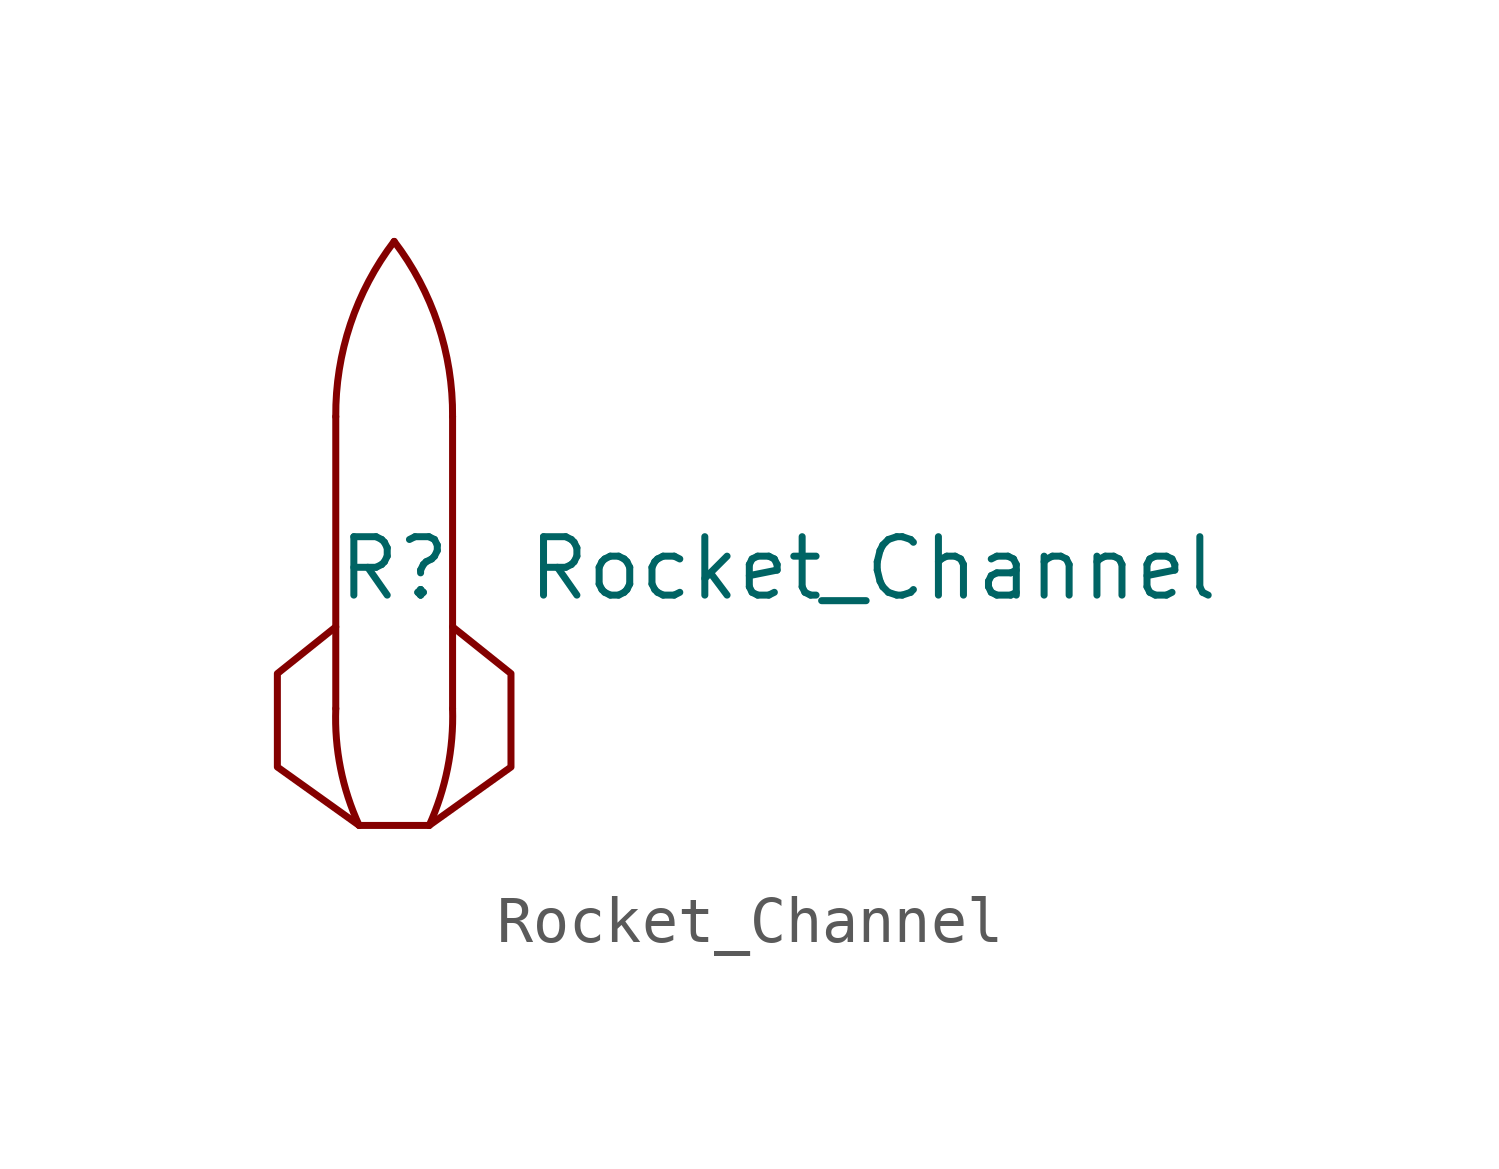
<source format=kicad_sym>
(kicad_symbol_lib
  (version 20211014)
  (generator kicad_symbol_editor)
  (symbol "Rocket_Channel"
    (pin_names
      (offset 1.016))
    (property "Reference" "R"
      (at 0 1.27 0)
      (effects (font (size 1.27 1.27))))
    (property "Value" "Rocket_Channel"
      (at 10.414 1.27 0)
      (effects (font (size 1.27 1.27))))
    (property "Unit" " "
      (at 0 0 0)
      (effects (font (size 1.27 1.27))))
    (property "Action_Reference" " "
      (at 0 0 0)
      (effects (font (size 1.27 1.27))))
    (property "Data_Content" " "
      (at 0 0 0)
      (effects (font (size 1.27 1.27))))
    (symbol "Rocket_Channel_0_1"
      (arc (start -1.27 -1.778) (mid -1.166 -3.0783) (end -0.762 -4.318) (stroke (width 0) (type default) (color 0 0 0 0)) (fill (type none)))
      (polyline (pts (xy -1.27 4.572) (xy -1.27 -1.778)) (stroke (width 0) (type default) (color 0 0 0 0)) (fill (type none)))
      (polyline (pts (xy 0.762 -4.318) (xy -0.762 -4.318)) (stroke (width 0) (type default) (color 0 0 0 0)) (fill (type none)))
      (polyline (pts (xy 1.27 4.572) (xy 1.27 -1.778)) (stroke (width 0) (type default) (color 0 0 0 0)) (fill (type none)))
      (polyline (pts (xy 0.762 -4.318) (xy 2.54 -3.048) (xy 2.54 -1.016) (xy 1.27 0)) (stroke (width 0) (type default) (color 0 0 0 0)) (fill (type none)))
      (arc (start 0 8.382) (mid -0.9522 6.5827) (end -1.27 4.572) (stroke (width 0) (type default) (color 0 0 0 0)) (fill (type none))))
    (symbol "Rocket_Channel_1_1"
      (polyline (pts (xy -0.762 -4.318) (xy -2.54 -3.048) (xy -2.54 -1.016) (xy -1.27 0)) (stroke (width 0) (type default) (color 0 0 0 0)) (fill (type none)))
      (arc (start 0.762 -4.318) (mid 1.1615 -3.0774) (end 1.27 -1.778) (stroke (width 0) (type default) (color 0 0 0 0)) (fill (type none)))
      (arc (start 1.27 4.572) (mid 0.9522 6.5827) (end 0 8.382) (stroke (width 0) (type default) (color 0 0 0 0)) (fill (type none))))))
</source>
